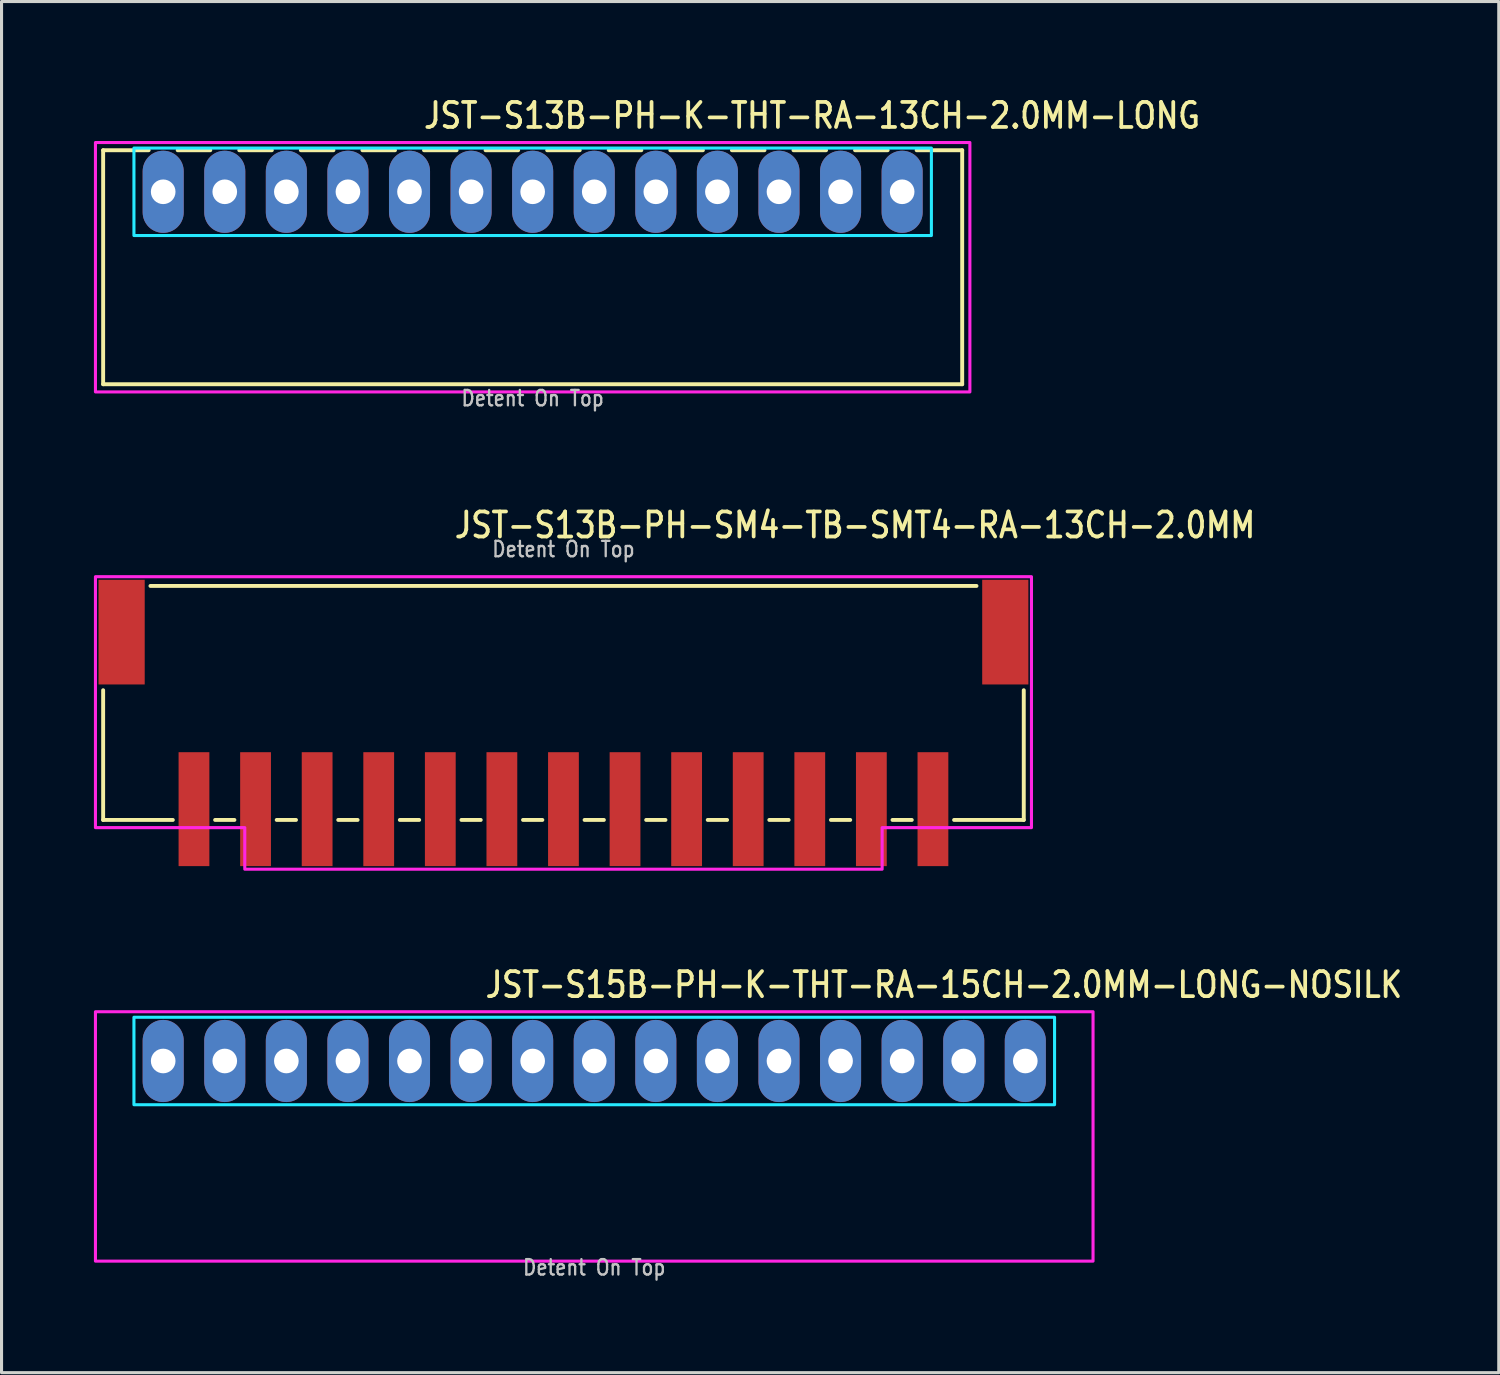
<source format=kicad_pcb>
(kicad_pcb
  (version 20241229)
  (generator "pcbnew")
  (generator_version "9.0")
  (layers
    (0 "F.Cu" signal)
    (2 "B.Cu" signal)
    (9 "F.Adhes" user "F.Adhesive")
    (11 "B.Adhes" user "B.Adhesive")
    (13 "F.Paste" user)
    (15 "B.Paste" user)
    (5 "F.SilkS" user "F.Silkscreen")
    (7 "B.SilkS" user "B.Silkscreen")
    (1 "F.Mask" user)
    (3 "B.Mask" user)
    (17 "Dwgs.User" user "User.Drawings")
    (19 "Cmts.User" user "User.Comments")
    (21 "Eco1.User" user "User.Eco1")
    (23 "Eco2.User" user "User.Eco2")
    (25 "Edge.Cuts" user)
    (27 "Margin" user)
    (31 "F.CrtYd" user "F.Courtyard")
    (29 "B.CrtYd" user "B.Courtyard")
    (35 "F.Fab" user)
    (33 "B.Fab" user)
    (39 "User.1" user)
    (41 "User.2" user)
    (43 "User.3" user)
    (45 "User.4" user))
  (footprint "JST-S13B-PH-SM4-TB-SMT4-RA-13CH-2.0MM"
    (layer "F.Cu")
    (at 15.25 17.48)
    (property "Reference" "JST-S13B-PH-SM4-TB-SMT4-RA-13CH-2.0MM" (at -3.6 -3 0) (unlocked yes) (layer "F.SilkS") (effects (font (size 0.813 0.695) (thickness 0.122)) (justify left bottom)))
    (fp_line (start -14.95 6.1) (end -14.95 1.887) (stroke (width 0.127) (type solid)) (layer "F.SilkS"))
    (fp_line (start -14.95 6.1) (end -12.687 6.1) (stroke (width 0.127) (type solid)) (layer "F.SilkS"))
    (fp_line (start -13.414 -1.5) (end 13.414 -1.5) (stroke (width 0.127) (type solid)) (layer "F.SilkS"))
    (fp_line (start -11.313 6.1) (end -10.687 6.1) (stroke (width 0.127) (type solid)) (layer "F.SilkS"))
    (fp_line (start -9.313 6.1) (end -8.687 6.1) (stroke (width 0.127) (type solid)) (layer "F.SilkS"))
    (fp_line (start -7.314 6.1) (end -6.686 6.1) (stroke (width 0.127) (type solid)) (layer "F.SilkS"))
    (fp_line (start -5.314 6.1) (end -4.686 6.1) (stroke (width 0.127) (type solid)) (layer "F.SilkS"))
    (fp_line (start -3.313 6.1) (end -2.687 6.1) (stroke (width 0.127) (type solid)) (layer "F.SilkS"))
    (fp_line (start -1.313 6.1) (end -0.686 6.1) (stroke (width 0.127) (type solid)) (layer "F.SilkS"))
    (fp_line (start 0.686 6.1) (end 1.313 6.1) (stroke (width 0.127) (type solid)) (layer "F.SilkS"))
    (fp_line (start 2.687 6.1) (end 3.313 6.1) (stroke (width 0.127) (type solid)) (layer "F.SilkS"))
    (fp_line (start 4.686 6.1) (end 5.314 6.1) (stroke (width 0.127) (type solid)) (layer "F.SilkS"))
    (fp_line (start 6.686 6.1) (end 7.314 6.1) (stroke (width 0.127) (type solid)) (layer "F.SilkS"))
    (fp_line (start 8.687 6.1) (end 9.313 6.1) (stroke (width 0.127) (type solid)) (layer "F.SilkS"))
    (fp_line (start 10.687 6.1) (end 11.313 6.1) (stroke (width 0.127) (type solid)) (layer "F.SilkS"))
    (fp_line (start 12.687 6.1) (end 14.95 6.1) (stroke (width 0.127) (type solid)) (layer "F.SilkS"))
    (fp_line (start 14.95 1.887) (end 14.95 6.1) (stroke (width 0.127) (type solid)) (layer "F.SilkS"))
    (fp_poly (pts (xy -15.2 -1.8) (xy -15.2 6.35) (xy -10.35 6.35) (xy -10.35 7.7) (xy 10.35 7.7) (xy 10.35 6.35) (xy 15.2 6.35) (xy 15.2 -1.8)) (stroke (width 0.1) (type solid)) (fill no) (layer "F.CrtYd"))
    (fp_text user "Detent On Top" (at 0 -2.4 0) (unlocked yes) (layer "Dwgs.User") (effects (font (size 0.5 0.427) (thickness 0.075)) (justify bottom)))
    (pad "P$1" smd rect (at 12 5.75) (size 1 3.7) (layers "F.Cu" "F.Mask" "F.Paste"))
    (pad "P$2" smd rect (at 10 5.75) (size 1 3.7) (layers "F.Cu" "F.Mask" "F.Paste"))
    (pad "P$3" smd rect (at 8 5.75) (size 1 3.7) (layers "F.Cu" "F.Mask" "F.Paste"))
    (pad "P$4" smd rect (at 6 5.75) (size 1 3.7) (layers "F.Cu" "F.Mask" "F.Paste"))
    (pad "P$5" smd rect (at 4 5.75) (size 1 3.7) (layers "F.Cu" "F.Mask" "F.Paste"))
    (pad "P$6" smd rect (at 2 5.75) (size 1 3.7) (layers "F.Cu" "F.Mask" "F.Paste"))
    (pad "P$7" smd rect (at 0 5.75) (size 1 3.7) (layers "F.Cu" "F.Mask" "F.Paste"))
    (pad "P$8" smd rect (at -2 5.75) (size 1 3.7) (layers "F.Cu" "F.Mask" "F.Paste"))
    (pad "P$9" smd rect (at -4 5.75) (size 1 3.7) (layers "F.Cu" "F.Mask" "F.Paste"))
    (pad "P$10" smd rect (at -6 5.75) (size 1 3.7) (layers "F.Cu" "F.Mask" "F.Paste"))
    (pad "P$11" smd rect (at -8 5.75) (size 1 3.7) (layers "F.Cu" "F.Mask" "F.Paste"))
    (pad "P$12" smd rect (at -10 5.75) (size 1 3.7) (layers "F.Cu" "F.Mask" "F.Paste"))
    (pad "P$13" smd rect (at -12 5.75) (size 1 3.7) (layers "F.Cu" "F.Mask" "F.Paste"))
    (pad "S$1" smd rect (at -14.35 0) (size 1.5 3.4) (layers "F.Cu" "F.Mask" "F.Paste"))
    (pad "S$2" smd rect (at 14.35 0) (size 1.5 3.4) (layers "F.Cu" "F.Mask" "F.Paste")))
  (footprint "JST-S13B-PH-K-THT-RA-13CH-2.0MM-LONG"
    (layer "F.Cu")
    (at 14.25 3.179)
    (property "Reference" "JST-S13B-PH-K-THT-RA-13CH-2.0MM-LONG" (at -3.6 -2 0) (unlocked yes) (layer "F.SilkS") (effects (font (size 0.813 0.695) (thickness 0.122)) (justify left bottom)))
    (fp_line (start -13.95 -1.35) (end -12.471 -1.35) (stroke (width 0.127) (type solid)) (layer "F.SilkS"))
    (fp_line (start -13.95 6.25) (end -13.95 -1.35) (stroke (width 0.127) (type solid)) (layer "F.SilkS"))
    (fp_line (start -13.95 6.25) (end 13.95 6.25) (stroke (width 0.127) (type solid)) (layer "F.SilkS"))
    (fp_line (start -11.529 -1.35) (end -10.471 -1.35) (stroke (width 0.127) (type solid)) (layer "F.SilkS"))
    (fp_line (start -9.529 -1.35) (end -8.471 -1.35) (stroke (width 0.127) (type solid)) (layer "F.SilkS"))
    (fp_line (start -7.529 -1.35) (end -6.471 -1.35) (stroke (width 0.127) (type solid)) (layer "F.SilkS"))
    (fp_line (start -5.529 -1.35) (end -4.471 -1.35) (stroke (width 0.127) (type solid)) (layer "F.SilkS"))
    (fp_line (start -3.529 -1.35) (end -2.471 -1.35) (stroke (width 0.127) (type solid)) (layer "F.SilkS"))
    (fp_line (start -1.529 -1.35) (end -0.471 -1.35) (stroke (width 0.127) (type solid)) (layer "F.SilkS"))
    (fp_line (start 0.471 -1.35) (end 1.529 -1.35) (stroke (width 0.127) (type solid)) (layer "F.SilkS"))
    (fp_line (start 2.471 -1.35) (end 3.529 -1.35) (stroke (width 0.127) (type solid)) (layer "F.SilkS"))
    (fp_line (start 4.471 -1.35) (end 5.529 -1.35) (stroke (width 0.127) (type solid)) (layer "F.SilkS"))
    (fp_line (start 6.471 -1.35) (end 7.529 -1.35) (stroke (width 0.127) (type solid)) (layer "F.SilkS"))
    (fp_line (start 8.471 -1.35) (end 9.529 -1.35) (stroke (width 0.127) (type solid)) (layer "F.SilkS"))
    (fp_line (start 10.471 -1.35) (end 11.529 -1.35) (stroke (width 0.127) (type solid)) (layer "F.SilkS"))
    (fp_line (start 12.471 -1.35) (end 13.95 -1.35) (stroke (width 0.127) (type solid)) (layer "F.SilkS"))
    (fp_line (start 13.95 -1.35) (end 13.95 6.25) (stroke (width 0.127) (type solid)) (layer "F.SilkS"))
    (fp_poly (pts (xy -12.95 -1.42) (xy -12.95 1.42) (xy 12.95 1.42) (xy 12.95 -1.42)) (stroke (width 0.1) (type solid)) (fill no) (layer "B.CrtYd"))
    (fp_poly (pts (xy -14.2 -1.6) (xy -14.2 6.5) (xy 14.2 6.5) (xy 14.2 -1.6)) (stroke (width 0.1) (type solid)) (fill no) (layer "F.CrtYd"))
    (fp_text user "Detent On Top" (at 0 7 0) (unlocked yes) (layer "Dwgs.User") (effects (font (size 0.5 0.427) (thickness 0.075)) (justify bottom)))
    (pad "P$1" thru_hole oval (at -12 0 90) (size 2.667 1.333) (drill 0.8) (layers "*.Cu" "*.Mask"))
    (pad "P$2" thru_hole oval (at -10 0 90) (size 2.667 1.333) (drill 0.8) (layers "*.Cu" "*.Mask"))
    (pad "P$3" thru_hole oval (at -8 0 90) (size 2.667 1.333) (drill 0.8) (layers "*.Cu" "*.Mask"))
    (pad "P$4" thru_hole oval (at -6 0 90) (size 2.667 1.333) (drill 0.8) (layers "*.Cu" "*.Mask"))
    (pad "P$5" thru_hole oval (at -4 0 90) (size 2.667 1.333) (drill 0.8) (layers "*.Cu" "*.Mask"))
    (pad "P$6" thru_hole oval (at -2 0 90) (size 2.667 1.333) (drill 0.8) (layers "*.Cu" "*.Mask"))
    (pad "P$7" thru_hole oval (at 0 0 90) (size 2.667 1.333) (drill 0.8) (layers "*.Cu" "*.Mask"))
    (pad "P$8" thru_hole oval (at 2 0 90) (size 2.667 1.333) (drill 0.8) (layers "*.Cu" "*.Mask"))
    (pad "P$9" thru_hole oval (at 4 0 90) (size 2.667 1.333) (drill 0.8) (layers "*.Cu" "*.Mask"))
    (pad "P$10" thru_hole oval (at 6 0 90) (size 2.667 1.333) (drill 0.8) (layers "*.Cu" "*.Mask"))
    (pad "P$11" thru_hole oval (at 8 0 90) (size 2.667 1.333) (drill 0.8) (layers "*.Cu" "*.Mask"))
    (pad "P$12" thru_hole oval (at 10 0 90) (size 2.667 1.333) (drill 0.8) (layers "*.Cu" "*.Mask"))
    (pad "P$13" thru_hole oval (at 12 0 90) (size 2.667 1.333) (drill 0.8) (layers "*.Cu" "*.Mask")))
  (footprint "JST-S15B-PH-K-THT-RA-15CH-2.0MM-LONG-NOSILK"
    (layer "F.Cu")
    (at 16.25 31.409)
    (property "Reference" "JST-S15B-PH-K-THT-RA-15CH-2.0MM-LONG-NOSILK" (at -3.6 -2 0) (unlocked yes) (layer "F.SilkS") (effects (font (size 0.813 0.695) (thickness 0.122)) (justify left bottom)))
    (fp_poly (pts (xy -14.95 -1.42) (xy -14.95 1.42) (xy 14.95 1.42) (xy 14.95 -1.42)) (stroke (width 0.1) (type solid)) (fill no) (layer "B.CrtYd"))
    (fp_poly (pts (xy -16.2 -1.6) (xy -16.2 6.5) (xy 16.2 6.5) (xy 16.2 -1.6)) (stroke (width 0.1) (type solid)) (fill no) (layer "F.CrtYd"))
    (fp_text user "Detent On Top" (at 0 7 0) (unlocked yes) (layer "Dwgs.User") (effects (font (size 0.5 0.427) (thickness 0.075)) (justify bottom)))
    (pad "P$1" thru_hole oval (at -14 0 90) (size 2.667 1.333) (drill 0.8) (layers "*.Cu" "*.Mask"))
    (pad "P$2" thru_hole oval (at -12 0 90) (size 2.667 1.333) (drill 0.8) (layers "*.Cu" "*.Mask"))
    (pad "P$3" thru_hole oval (at -10 0 90) (size 2.667 1.333) (drill 0.8) (layers "*.Cu" "*.Mask"))
    (pad "P$4" thru_hole oval (at -8 0 90) (size 2.667 1.333) (drill 0.8) (layers "*.Cu" "*.Mask"))
    (pad "P$5" thru_hole oval (at -6 0 90) (size 2.667 1.333) (drill 0.8) (layers "*.Cu" "*.Mask"))
    (pad "P$6" thru_hole oval (at -4 0 90) (size 2.667 1.333) (drill 0.8) (layers "*.Cu" "*.Mask"))
    (pad "P$7" thru_hole oval (at -2 0 90) (size 2.667 1.333) (drill 0.8) (layers "*.Cu" "*.Mask"))
    (pad "P$8" thru_hole oval (at 0 0 90) (size 2.667 1.333) (drill 0.8) (layers "*.Cu" "*.Mask"))
    (pad "P$9" thru_hole oval (at 2 0 90) (size 2.667 1.333) (drill 0.8) (layers "*.Cu" "*.Mask"))
    (pad "P$10" thru_hole oval (at 4 0 90) (size 2.667 1.333) (drill 0.8) (layers "*.Cu" "*.Mask"))
    (pad "P$11" thru_hole oval (at 6 0 90) (size 2.667 1.333) (drill 0.8) (layers "*.Cu" "*.Mask"))
    (pad "P$12" thru_hole oval (at 8 0 90) (size 2.667 1.333) (drill 0.8) (layers "*.Cu" "*.Mask"))
    (pad "P$13" thru_hole oval (at 10 0 90) (size 2.667 1.333) (drill 0.8) (layers "*.Cu" "*.Mask"))
    (pad "P$14" thru_hole oval (at 12 0 90) (size 2.667 1.333) (drill 0.8) (layers "*.Cu" "*.Mask"))
    (pad "P$15" thru_hole oval (at 14 0 90) (size 2.667 1.333) (drill 0.8) (layers "*.Cu" "*.Mask")))
  (gr_rect
    (start -3 -3)
    (end 45.627 41.532)
    (stroke (width 0.1) (type default))
    (fill no)
    (layer "Edge.Cuts")))
</source>
